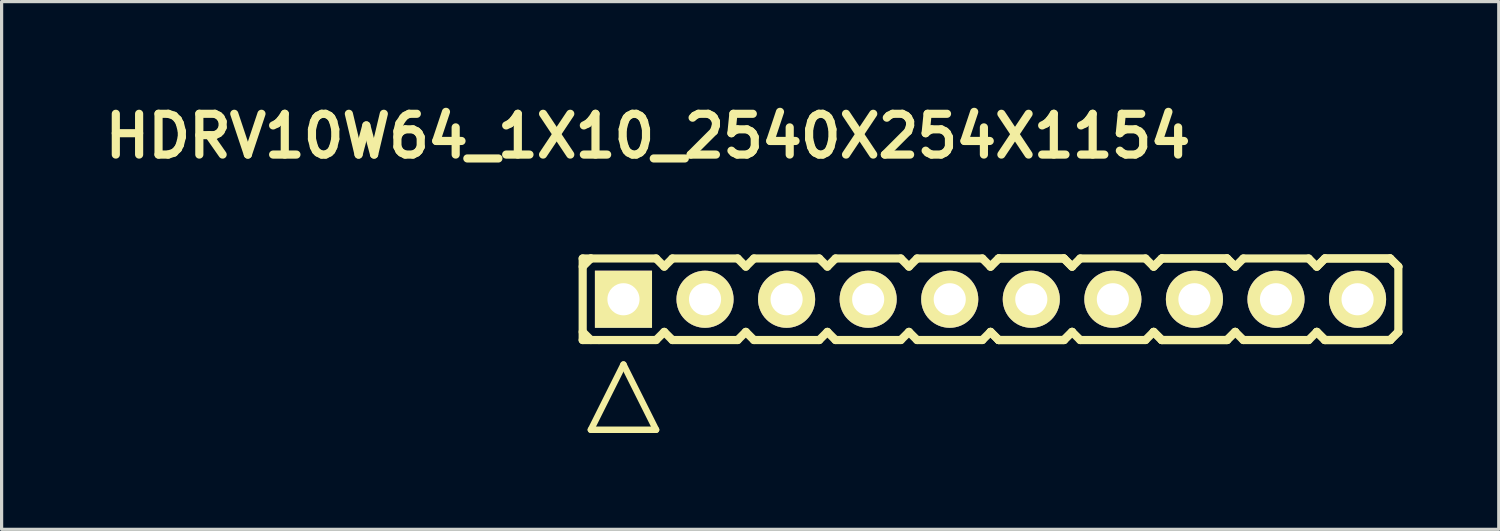
<source format=kicad_pcb>
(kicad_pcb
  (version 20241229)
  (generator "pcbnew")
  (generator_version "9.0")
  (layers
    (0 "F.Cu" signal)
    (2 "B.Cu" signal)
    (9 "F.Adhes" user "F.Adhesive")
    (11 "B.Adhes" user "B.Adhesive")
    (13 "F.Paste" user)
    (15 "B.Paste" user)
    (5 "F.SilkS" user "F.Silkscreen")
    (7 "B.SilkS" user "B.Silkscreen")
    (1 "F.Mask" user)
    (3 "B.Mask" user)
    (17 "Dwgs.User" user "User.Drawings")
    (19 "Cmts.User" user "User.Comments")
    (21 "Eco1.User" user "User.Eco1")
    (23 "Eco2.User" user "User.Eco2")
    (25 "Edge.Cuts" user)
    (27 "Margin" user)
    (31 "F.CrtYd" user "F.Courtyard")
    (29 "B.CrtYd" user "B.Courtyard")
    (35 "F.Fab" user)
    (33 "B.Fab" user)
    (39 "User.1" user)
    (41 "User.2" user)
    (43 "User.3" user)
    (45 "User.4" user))
  (footprint "HDRV10W64_1X10_2540X254X1154"
    (layer "F.Cu")
    (at 16.619 6.269)
    (property "Reference" "HDRV10W64_1X10_2540X254X1154" (at 0.508 -5.08 0) (layer "F.SilkS") (effects (font (size 1.27 1.27) (thickness 0.254))))
    (attr smd)
    (fp_line (start -1.524 -1.27) (end -1.524 1.27) (stroke (width 0.254) (type solid)) (layer "F.SilkS"))
    (fp_line (start -1.524 -1.27) (end -1.27 -1.27) (stroke (width 0.254) (type solid)) (layer "F.SilkS"))
    (fp_line (start -1.524 -1.016) (end -1.27 -1.27) (stroke (width 0.254) (type solid)) (layer "F.SilkS"))
    (fp_line (start -1.27 -1.27) (end 0.762 -1.27) (stroke (width 0.254) (type solid)) (layer "F.SilkS"))
    (fp_line (start -1.27 1.27) (end -1.524 1.016) (stroke (width 0.254) (type solid)) (layer "F.SilkS"))
    (fp_line (start -1.27 4.064) (end 0.762 4.064) (stroke (width 0.2) (type solid)) (layer "F.SilkS"))
    (fp_line (start -1.016 1.27) (end -1.524 1.27) (stroke (width 0.254) (type solid)) (layer "F.SilkS"))
    (fp_line (start -0.254 2.032) (end -1.27 4.064) (stroke (width 0.2) (type solid)) (layer "F.SilkS"))
    (fp_line (start 0.762 -1.27) (end 1.016 -1.016) (stroke (width 0.254) (type solid)) (layer "F.SilkS"))
    (fp_line (start 0.762 1.27) (end -1.016 1.27) (stroke (width 0.254) (type solid)) (layer "F.SilkS"))
    (fp_line (start 0.762 4.064) (end -0.254 2.032) (stroke (width 0.2) (type solid)) (layer "F.SilkS"))
    (fp_line (start 1.016 -1.016) (end 1.27 -1.27) (stroke (width 0.254) (type solid)) (layer "F.SilkS"))
    (fp_line (start 1.016 1.016) (end 0.762 1.27) (stroke (width 0.254) (type solid)) (layer "F.SilkS"))
    (fp_line (start 1.27 -1.27) (end 3.302 -1.27) (stroke (width 0.254) (type solid)) (layer "F.SilkS"))
    (fp_line (start 1.27 1.27) (end 1.016 1.016) (stroke (width 0.254) (type solid)) (layer "F.SilkS"))
    (fp_line (start 3.302 -1.27) (end 3.556 -1.016) (stroke (width 0.254) (type solid)) (layer "F.SilkS"))
    (fp_line (start 3.302 1.27) (end 1.27 1.27) (stroke (width 0.254) (type solid)) (layer "F.SilkS"))
    (fp_line (start 3.302 1.27) (end 3.556 1.016) (stroke (width 0.254) (type solid)) (layer "F.SilkS"))
    (fp_line (start 3.556 -1.016) (end 3.81 -1.27) (stroke (width 0.254) (type solid)) (layer "F.SilkS"))
    (fp_line (start 3.556 1.016) (end 3.81 1.27) (stroke (width 0.254) (type solid)) (layer "F.SilkS"))
    (fp_line (start 3.81 -1.27) (end 5.842 -1.27) (stroke (width 0.254) (type solid)) (layer "F.SilkS"))
    (fp_line (start 5.842 -1.27) (end 6.096 -1.016) (stroke (width 0.254) (type solid)) (layer "F.SilkS"))
    (fp_line (start 5.842 1.27) (end 3.81 1.27) (stroke (width 0.254) (type solid)) (layer "F.SilkS"))
    (fp_line (start 6.096 -1.016) (end 6.35 -1.27) (stroke (width 0.254) (type solid)) (layer "F.SilkS"))
    (fp_line (start 6.096 1.016) (end 5.842 1.27) (stroke (width 0.254) (type solid)) (layer "F.SilkS"))
    (fp_line (start 6.35 -1.27) (end 8.382 -1.27) (stroke (width 0.254) (type solid)) (layer "F.SilkS"))
    (fp_line (start 6.35 1.27) (end 6.096 1.016) (stroke (width 0.254) (type solid)) (layer "F.SilkS"))
    (fp_line (start 8.382 -1.27) (end 8.636 -1.016) (stroke (width 0.254) (type solid)) (layer "F.SilkS"))
    (fp_line (start 8.382 1.27) (end 6.35 1.27) (stroke (width 0.254) (type solid)) (layer "F.SilkS"))
    (fp_line (start 8.636 -1.016) (end 8.89 -1.27) (stroke (width 0.254) (type solid)) (layer "F.SilkS"))
    (fp_line (start 8.636 1.016) (end 8.382 1.27) (stroke (width 0.254) (type solid)) (layer "F.SilkS"))
    (fp_line (start 8.89 -1.27) (end 10.922 -1.27) (stroke (width 0.254) (type solid)) (layer "F.SilkS"))
    (fp_line (start 8.89 1.27) (end 8.636 1.016) (stroke (width 0.254) (type solid)) (layer "F.SilkS"))
    (fp_line (start 10.922 -1.27) (end 11.176 -1.016) (stroke (width 0.254) (type solid)) (layer "F.SilkS"))
    (fp_line (start 10.922 1.27) (end 8.89 1.27) (stroke (width 0.254) (type solid)) (layer "F.SilkS"))
    (fp_line (start 11.176 -1.016) (end 11.43 -1.27) (stroke (width 0.254) (type solid)) (layer "F.SilkS"))
    (fp_line (start 11.176 -1.016) (end 11.43 -1.27) (stroke (width 0.254) (type solid)) (layer "F.SilkS"))
    (fp_line (start 11.176 1.016) (end 10.922 1.27) (stroke (width 0.254) (type solid)) (layer "F.SilkS"))
    (fp_line (start 11.43 -1.27) (end 13.462 -1.27) (stroke (width 0.254) (type solid)) (layer "F.SilkS"))
    (fp_line (start 11.43 -1.27) (end 13.462 -1.27) (stroke (width 0.254) (type solid)) (layer "F.SilkS"))
    (fp_line (start 11.43 1.27) (end 11.176 1.016) (stroke (width 0.254) (type solid)) (layer "F.SilkS"))
    (fp_line (start 11.43 1.27) (end 11.176 1.016) (stroke (width 0.254) (type solid)) (layer "F.SilkS"))
    (fp_line (start 13.462 -1.27) (end 13.716 -1.016) (stroke (width 0.254) (type solid)) (layer "F.SilkS"))
    (fp_line (start 13.462 -1.27) (end 13.716 -1.016) (stroke (width 0.254) (type solid)) (layer "F.SilkS"))
    (fp_line (start 13.462 1.27) (end 11.43 1.27) (stroke (width 0.254) (type solid)) (layer "F.SilkS"))
    (fp_line (start 13.462 1.27) (end 11.43 1.27) (stroke (width 0.254) (type solid)) (layer "F.SilkS"))
    (fp_line (start 13.716 -1.016) (end 13.97 -1.27) (stroke (width 0.254) (type solid)) (layer "F.SilkS"))
    (fp_line (start 13.716 1.016) (end 13.462 1.27) (stroke (width 0.254) (type solid)) (layer "F.SilkS"))
    (fp_line (start 13.716 1.016) (end 13.462 1.27) (stroke (width 0.254) (type solid)) (layer "F.SilkS"))
    (fp_line (start 13.97 -1.27) (end 16.002 -1.27) (stroke (width 0.254) (type solid)) (layer "F.SilkS"))
    (fp_line (start 13.97 1.27) (end 13.716 1.016) (stroke (width 0.254) (type solid)) (layer "F.SilkS"))
    (fp_line (start 16.002 -1.27) (end 16.256 -1.016) (stroke (width 0.254) (type solid)) (layer "F.SilkS"))
    (fp_line (start 16.002 1.27) (end 13.97 1.27) (stroke (width 0.254) (type solid)) (layer "F.SilkS"))
    (fp_line (start 16.256 -1.016) (end 16.51 -1.27) (stroke (width 0.254) (type solid)) (layer "F.SilkS"))
    (fp_line (start 16.256 -1.016) (end 16.51 -1.27) (stroke (width 0.254) (type solid)) (layer "F.SilkS"))
    (fp_line (start 16.256 1.016) (end 16.002 1.27) (stroke (width 0.254) (type solid)) (layer "F.SilkS"))
    (fp_line (start 16.51 -1.27) (end 18.542 -1.27) (stroke (width 0.254) (type solid)) (layer "F.SilkS"))
    (fp_line (start 16.51 -1.27) (end 18.542 -1.27) (stroke (width 0.254) (type solid)) (layer "F.SilkS"))
    (fp_line (start 16.51 1.27) (end 16.256 1.016) (stroke (width 0.254) (type solid)) (layer "F.SilkS"))
    (fp_line (start 16.51 1.27) (end 16.256 1.016) (stroke (width 0.254) (type solid)) (layer "F.SilkS"))
    (fp_line (start 18.542 -1.27) (end 18.796 -1.016) (stroke (width 0.254) (type solid)) (layer "F.SilkS"))
    (fp_line (start 18.542 -1.27) (end 18.796 -1.016) (stroke (width 0.254) (type solid)) (layer "F.SilkS"))
    (fp_line (start 18.542 1.27) (end 16.51 1.27) (stroke (width 0.254) (type solid)) (layer "F.SilkS"))
    (fp_line (start 18.542 1.27) (end 16.51 1.27) (stroke (width 0.254) (type solid)) (layer "F.SilkS"))
    (fp_line (start 18.796 -1.016) (end 19.05 -1.27) (stroke (width 0.254) (type solid)) (layer "F.SilkS"))
    (fp_line (start 18.796 1.016) (end 18.542 1.27) (stroke (width 0.254) (type solid)) (layer "F.SilkS"))
    (fp_line (start 18.796 1.016) (end 18.542 1.27) (stroke (width 0.254) (type solid)) (layer "F.SilkS"))
    (fp_line (start 19.05 -1.27) (end 21.082 -1.27) (stroke (width 0.254) (type solid)) (layer "F.SilkS"))
    (fp_line (start 19.05 1.27) (end 18.796 1.016) (stroke (width 0.254) (type solid)) (layer "F.SilkS"))
    (fp_line (start 21.082 -1.27) (end 21.336 -1.016) (stroke (width 0.254) (type solid)) (layer "F.SilkS"))
    (fp_line (start 21.082 1.27) (end 19.05 1.27) (stroke (width 0.254) (type solid)) (layer "F.SilkS"))
    (fp_line (start 21.336 -1.016) (end 21.59 -1.27) (stroke (width 0.254) (type solid)) (layer "F.SilkS"))
    (fp_line (start 21.336 -1.016) (end 21.59 -1.27) (stroke (width 0.254) (type solid)) (layer "F.SilkS"))
    (fp_line (start 21.336 1.016) (end 21.082 1.27) (stroke (width 0.254) (type solid)) (layer "F.SilkS"))
    (fp_line (start 21.59 -1.27) (end 23.622 -1.27) (stroke (width 0.254) (type solid)) (layer "F.SilkS"))
    (fp_line (start 21.59 -1.27) (end 23.622 -1.27) (stroke (width 0.254) (type solid)) (layer "F.SilkS"))
    (fp_line (start 21.59 1.27) (end 21.336 1.016) (stroke (width 0.254) (type solid)) (layer "F.SilkS"))
    (fp_line (start 21.59 1.27) (end 21.336 1.016) (stroke (width 0.254) (type solid)) (layer "F.SilkS"))
    (fp_line (start 23.622 -1.27) (end 23.876 -1.016) (stroke (width 0.254) (type solid)) (layer "F.SilkS"))
    (fp_line (start 23.622 -1.27) (end 23.876 -1.016) (stroke (width 0.254) (type solid)) (layer "F.SilkS"))
    (fp_line (start 23.622 1.27) (end 21.59 1.27) (stroke (width 0.254) (type solid)) (layer "F.SilkS"))
    (fp_line (start 23.622 1.27) (end 21.59 1.27) (stroke (width 0.254) (type solid)) (layer "F.SilkS"))
    (fp_line (start 23.876 -1.016) (end 23.876 1.016) (stroke (width 0.254) (type solid)) (layer "F.SilkS"))
    (fp_line (start 23.876 1.016) (end 23.622 1.27) (stroke (width 0.254) (type solid)) (layer "F.SilkS"))
    (fp_line (start 23.876 1.016) (end 23.622 1.27) (stroke (width 0.254) (type solid)) (layer "F.SilkS"))
    (pad "1" thru_hole rect (at -0.254 0) (size 1.778 1.778) (drill 1) (layers "*.Cu" "*.Mask" "F.SilkS" "B.Adhes"))
    (pad "2" thru_hole circle (at 2.286 0) (size 1.778 1.778) (drill 1) (layers "*.Cu" "*.Mask" "F.SilkS" "B.Adhes"))
    (pad "3" thru_hole circle (at 4.826 0) (size 1.778 1.778) (drill 1) (layers "*.Cu" "*.Mask" "F.SilkS" "B.Adhes"))
    (pad "4" thru_hole circle (at 7.366 0) (size 1.778 1.778) (drill 1) (layers "*.Cu" "*.Mask" "F.SilkS" "B.Adhes"))
    (pad "5" thru_hole circle (at 9.906 0) (size 1.778 1.778) (drill 1) (layers "*.Cu" "*.Mask" "F.SilkS" "B.Adhes"))
    (pad "6" thru_hole circle (at 12.446 0) (size 1.778 1.778) (drill 1) (layers "*.Cu" "*.Mask" "F.SilkS" "B.Adhes"))
    (pad "7" thru_hole circle (at 14.986 0) (size 1.778 1.778) (drill 1) (layers "*.Cu" "*.Mask" "F.SilkS" "B.Adhes"))
    (pad "8" thru_hole circle (at 17.526 0) (size 1.778 1.778) (drill 1) (layers "*.Cu" "*.Mask" "F.SilkS" "B.Adhes"))
    (pad "9" thru_hole circle (at 20.066 0) (size 1.778 1.778) (drill 1) (layers "*.Cu" "*.Mask" "F.SilkS" "B.Adhes"))
    (pad "10" thru_hole circle (at 22.606 0) (size 1.778 1.778) (drill 1) (layers "*.Cu" "*.Mask" "F.SilkS" "B.Adhes")))
  (gr_rect
    (start -3 -3)
    (end 43.622 13.433)
    (stroke (width 0.1) (type default))
    (fill no)
    (layer "Edge.Cuts")))
</source>
